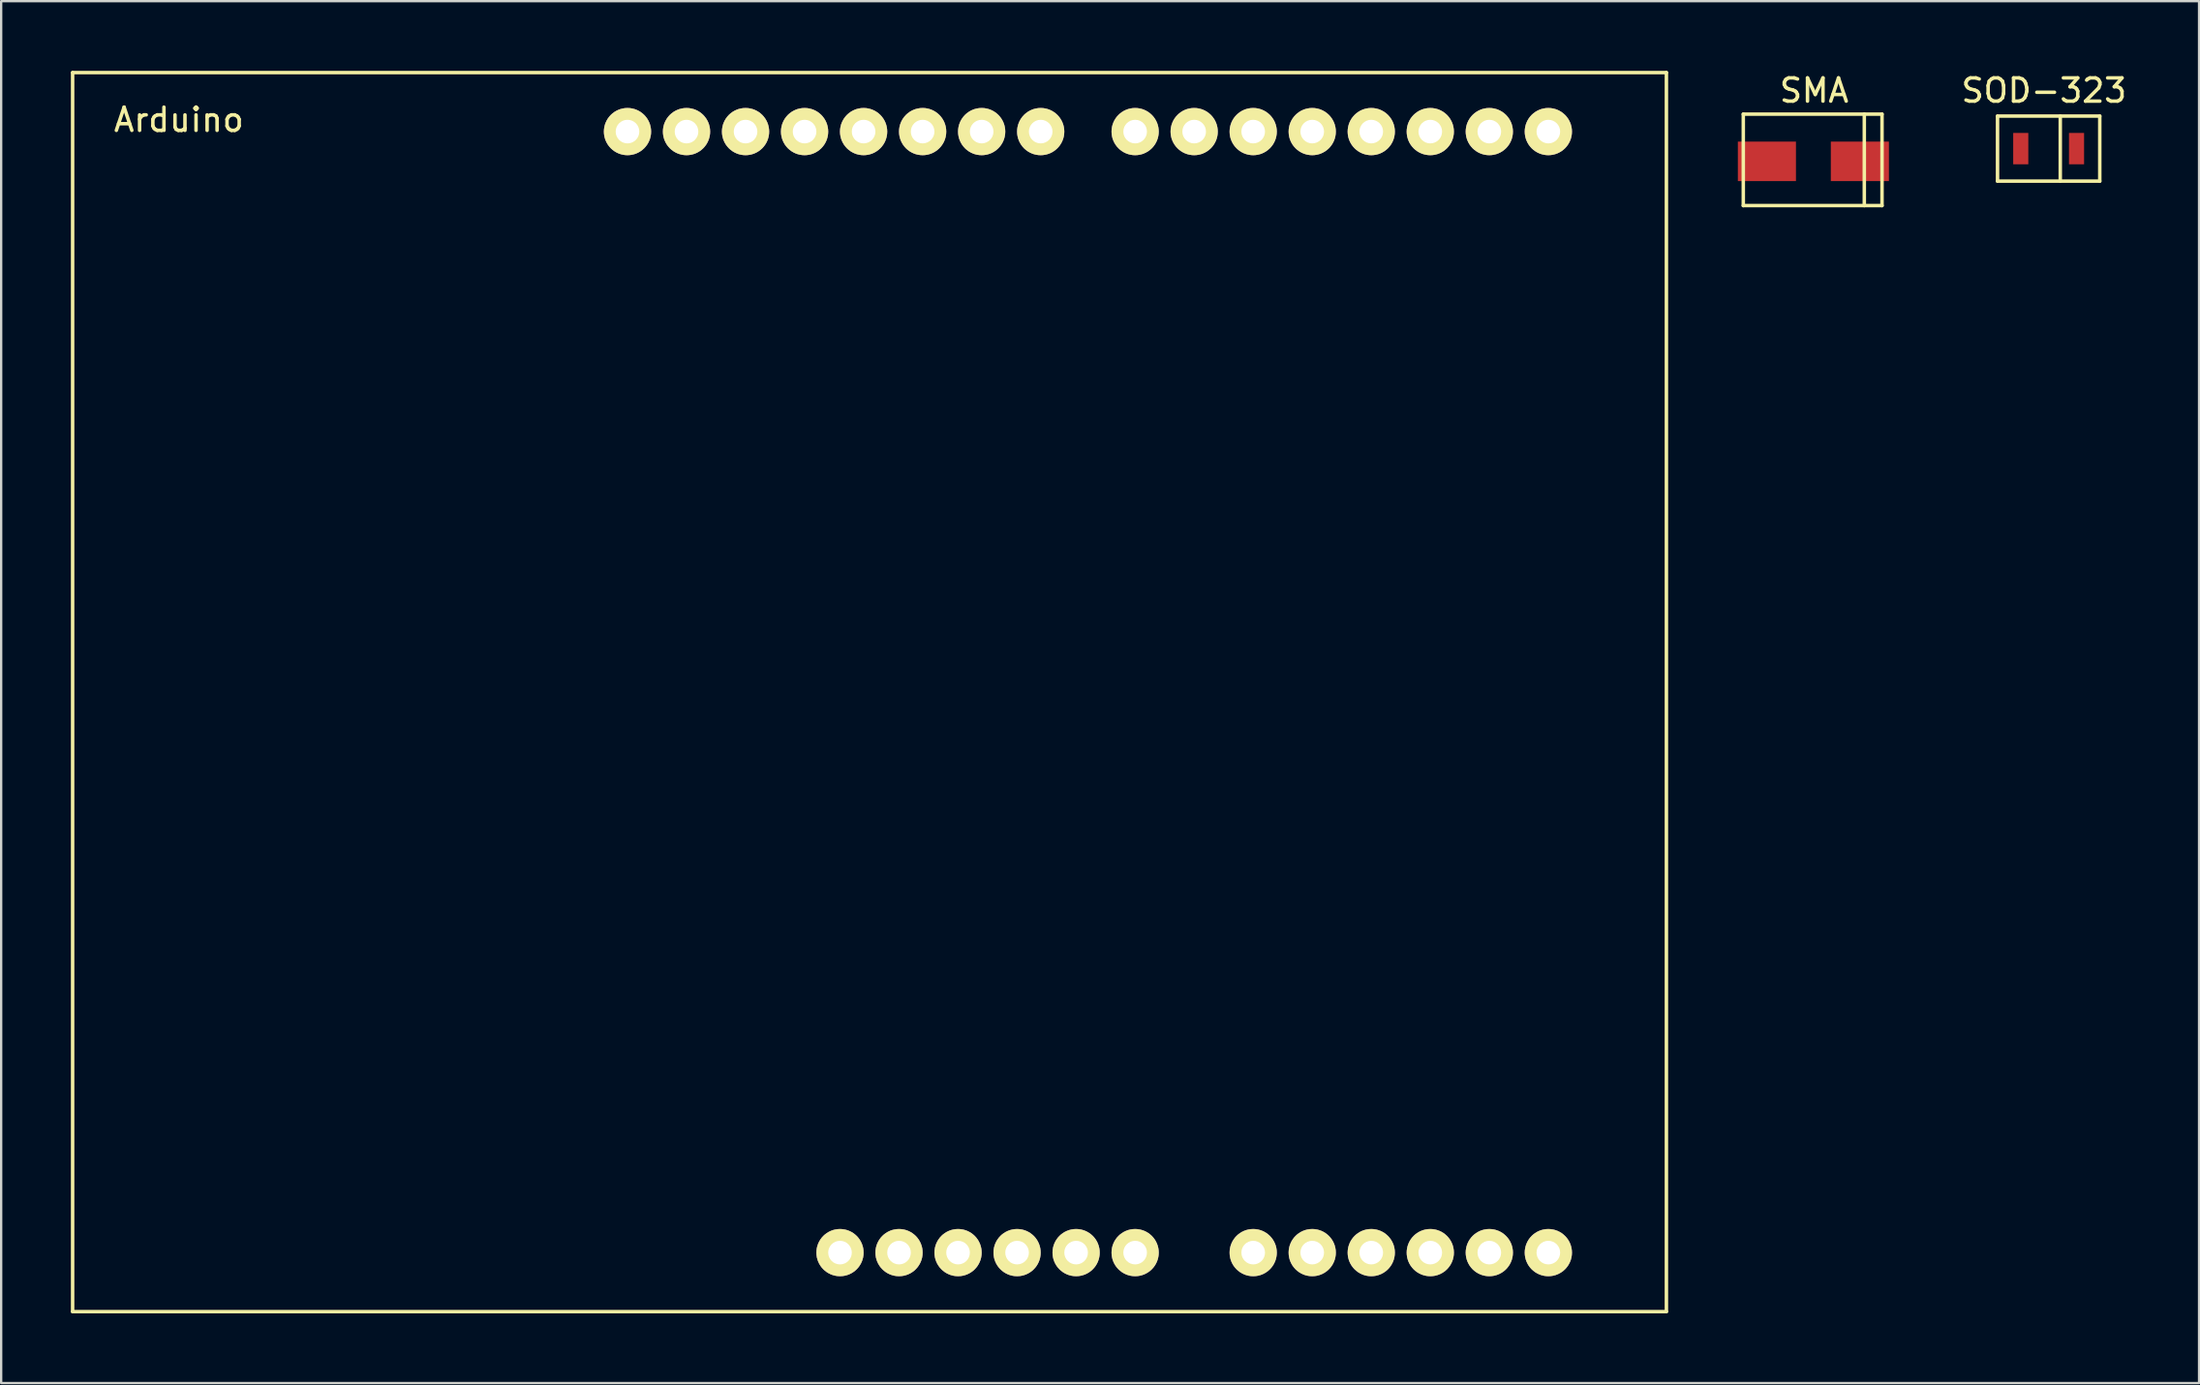
<source format=kicad_pcb>
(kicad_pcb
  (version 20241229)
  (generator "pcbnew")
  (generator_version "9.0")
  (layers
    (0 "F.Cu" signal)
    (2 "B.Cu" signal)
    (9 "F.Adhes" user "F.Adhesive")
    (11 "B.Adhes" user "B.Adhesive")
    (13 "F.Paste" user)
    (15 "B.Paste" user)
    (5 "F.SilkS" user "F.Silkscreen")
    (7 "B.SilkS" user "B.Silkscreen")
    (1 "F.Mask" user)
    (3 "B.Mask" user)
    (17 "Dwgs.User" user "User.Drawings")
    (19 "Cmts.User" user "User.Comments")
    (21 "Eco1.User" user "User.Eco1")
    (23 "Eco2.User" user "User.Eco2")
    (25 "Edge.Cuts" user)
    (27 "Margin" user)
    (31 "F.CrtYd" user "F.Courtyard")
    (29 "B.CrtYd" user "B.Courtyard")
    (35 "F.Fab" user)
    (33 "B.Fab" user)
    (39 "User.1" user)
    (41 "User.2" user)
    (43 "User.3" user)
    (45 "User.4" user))
  (footprint "SMA"
    (layer "F.Cu")
    (at 72.98 3.896)
    (property "Reference" "SMA" (at 2.032 -3.048 0) (layer "F.SilkS") (effects (font (size 1 1) (thickness 0.15))))
    (attr through_hole)
    (fp_line (start -1.016 -2.032) (end -1.016 1.905) (stroke (width 0.15) (type solid)) (layer "F.SilkS"))
    (fp_line (start -1.016 1.905) (end 4.953 1.905) (stroke (width 0.15) (type solid)) (layer "F.SilkS"))
    (fp_line (start 4.191 -2.032) (end 4.191 1.905) (stroke (width 0.15) (type solid)) (layer "F.SilkS"))
    (fp_line (start 4.953 -2.032) (end -1.016 -2.032) (stroke (width 0.15) (type solid)) (layer "F.SilkS"))
    (fp_line (start 4.953 1.905) (end 4.953 -2.032) (stroke (width 0.15) (type solid)) (layer "F.SilkS"))
    (pad "1" smd rect (at 0 0) (size 2.5 1.7) (layers "F.Cu" "F.Mask" "F.Paste"))
    (pad "2" smd rect (at 4 0) (size 2.5 1.7) (layers "F.Cu" "F.Mask" "F.Paste")))
  (footprint "Arduino"
    (layer "F.Cu")
    (at 34.619 26.999)
    (property "Reference" "Arduino" (at -29.972 -24.892 0) (layer "F.SilkS") (effects (font (size 1 1) (thickness 0.15))))
    (attr through_hole)
    (fp_line (start -34.544 -26.924) (end -34.544 26.416) (stroke (width 0.15) (type solid)) (layer "F.SilkS"))
    (fp_line (start -34.544 26.416) (end 34.036 26.416) (stroke (width 0.15) (type solid)) (layer "F.SilkS"))
    (fp_line (start 34.036 -26.924) (end -34.544 -26.924) (stroke (width 0.15) (type solid)) (layer "F.SilkS"))
    (fp_line (start 34.036 26.416) (end 34.036 -26.924) (stroke (width 0.15) (type solid)) (layer "F.SilkS"))
    (pad "1" thru_hole circle (at 3.556 23.876) (size 2.032 2.032) (drill 1.016) (layers "*.Cu" "*.Mask" "F.SilkS"))
    (pad "2" thru_hole circle (at 6.096 23.876) (size 2.032 2.032) (drill 1.016) (layers "*.Cu" "*.Mask" "F.SilkS"))
    (pad "3" thru_hole circle (at 8.636 23.876) (size 2.032 2.032) (drill 1.016) (layers "*.Cu" "*.Mask" "F.SilkS"))
    (pad "4" thru_hole circle (at 11.176 23.876) (size 2.032 2.032) (drill 1.016) (layers "*.Cu" "*.Mask" "F.SilkS"))
    (pad "5" thru_hole circle (at 16.256 23.876) (size 2.032 2.032) (drill 1.016) (layers "*.Cu" "*.Mask" "F.SilkS"))
    (pad "6" thru_hole circle (at 18.796 23.876) (size 2.032 2.032) (drill 1.016) (layers "*.Cu" "*.Mask" "F.SilkS"))
    (pad "7" thru_hole circle (at 21.336 23.876) (size 2.032 2.032) (drill 1.016) (layers "*.Cu" "*.Mask" "F.SilkS"))
    (pad "8" thru_hole circle (at 23.876 23.876) (size 2.032 2.032) (drill 1.016) (layers "*.Cu" "*.Mask" "F.SilkS"))
    (pad "9" thru_hole circle (at 26.416 23.876) (size 2.032 2.032) (drill 1.016) (layers "*.Cu" "*.Mask" "F.SilkS"))
    (pad "10" thru_hole circle (at 28.956 23.876) (size 2.032 2.032) (drill 1.016) (layers "*.Cu" "*.Mask" "F.SilkS"))
    (pad "11" thru_hole circle (at 28.956 -24.384) (size 2.032 2.032) (drill 1.016) (layers "*.Cu" "*.Mask" "F.SilkS"))
    (pad "12" thru_hole circle (at 26.416 -24.384) (size 2.032 2.032) (drill 1.016) (layers "*.Cu" "*.Mask" "F.SilkS"))
    (pad "13" thru_hole circle (at 23.876 -24.384) (size 2.032 2.032) (drill 1.016) (layers "*.Cu" "*.Mask" "F.SilkS"))
    (pad "14" thru_hole circle (at 21.336 -24.384) (size 2.032 2.032) (drill 1.016) (layers "*.Cu" "*.Mask" "F.SilkS"))
    (pad "15" thru_hole circle (at 18.796 -24.384) (size 2.032 2.032) (drill 1.016) (layers "*.Cu" "*.Mask" "F.SilkS"))
    (pad "16" thru_hole circle (at 16.256 -24.384) (size 2.032 2.032) (drill 1.016) (layers "*.Cu" "*.Mask" "F.SilkS"))
    (pad "17" thru_hole circle (at 13.716 -24.384) (size 2.032 2.032) (drill 1.016) (layers "*.Cu" "*.Mask" "F.SilkS"))
    (pad "18" thru_hole circle (at 11.176 -24.384) (size 2.032 2.032) (drill 1.016) (layers "*.Cu" "*.Mask" "F.SilkS"))
    (pad "19" thru_hole circle (at 7.112 -24.384) (size 2.032 2.032) (drill 1.016) (layers "*.Cu" "*.Mask" "F.SilkS"))
    (pad "20" thru_hole circle (at 4.572 -24.384) (size 2.032 2.032) (drill 1.016) (layers "*.Cu" "*.Mask" "F.SilkS"))
    (pad "21" thru_hole circle (at 2.032 -24.384) (size 2.032 2.032) (drill 1.016) (layers "*.Cu" "*.Mask" "F.SilkS"))
    (pad "22" thru_hole circle (at -0.508 -24.384) (size 2.032 2.032) (drill 1.016) (layers "*.Cu" "*.Mask" "F.SilkS"))
    (pad "23" thru_hole circle (at -3.048 -24.384) (size 2.032 2.032) (drill 1.016) (layers "*.Cu" "*.Mask" "F.SilkS"))
    (pad "24" thru_hole circle (at -5.588 -24.384) (size 2.032 2.032) (drill 1.016) (layers "*.Cu" "*.Mask" "F.SilkS"))
    (pad "25" thru_hole circle (at -8.128 -24.384) (size 2.032 2.032) (drill 1.016) (layers "*.Cu" "*.Mask" "F.SilkS"))
    (pad "26" thru_hole circle (at -10.668 -24.384) (size 2.032 2.032) (drill 1.016) (layers "*.Cu" "*.Mask" "F.SilkS"))
    (pad "27" thru_hole circle (at -1.524 23.876) (size 2.032 2.032) (drill 1.016) (layers "*.Cu" "*.Mask" "F.SilkS"))
    (pad "28" thru_hole circle (at 1.016 23.876) (size 2.032 2.032) (drill 1.016) (layers "*.Cu" "*.Mask" "F.SilkS")))
  (footprint "SOD-323"
    (layer "F.Cu")
    (at 83.903 3.348)
    (property "Reference" "SOD-323" (at 1 -2.5 0) (layer "F.SilkS") (effects (font (size 1 1) (thickness 0.15))))
    (attr through_hole)
    (fp_line (start -1 -1.4) (end -1 1.4) (stroke (width 0.15) (type solid)) (layer "F.SilkS"))
    (fp_line (start -1 1.4) (end 3.4 1.4) (stroke (width 0.15) (type solid)) (layer "F.SilkS"))
    (fp_line (start 1.7 -1.4) (end 1.7 1.4) (stroke (width 0.15) (type solid)) (layer "F.SilkS"))
    (fp_line (start 3.4 -1.4) (end -1 -1.4) (stroke (width 0.15) (type solid)) (layer "F.SilkS"))
    (fp_line (start 3.4 1.4) (end 3.4 -1.4) (stroke (width 0.15) (type solid)) (layer "F.SilkS"))
    (pad "1" smd rect (at 0 0) (size 0.65 1.35) (layers "F.Cu" "F.Mask" "F.Paste"))
    (pad "2" smd rect (at 2.4 0) (size 0.65 1.35) (layers "F.Cu" "F.Mask" "F.Paste")))
  (gr_rect
    (start -3 -3)
    (end 91.575 56.49)
    (stroke (width 0.1) (type default))
    (fill no)
    (layer "Edge.Cuts")))
</source>
